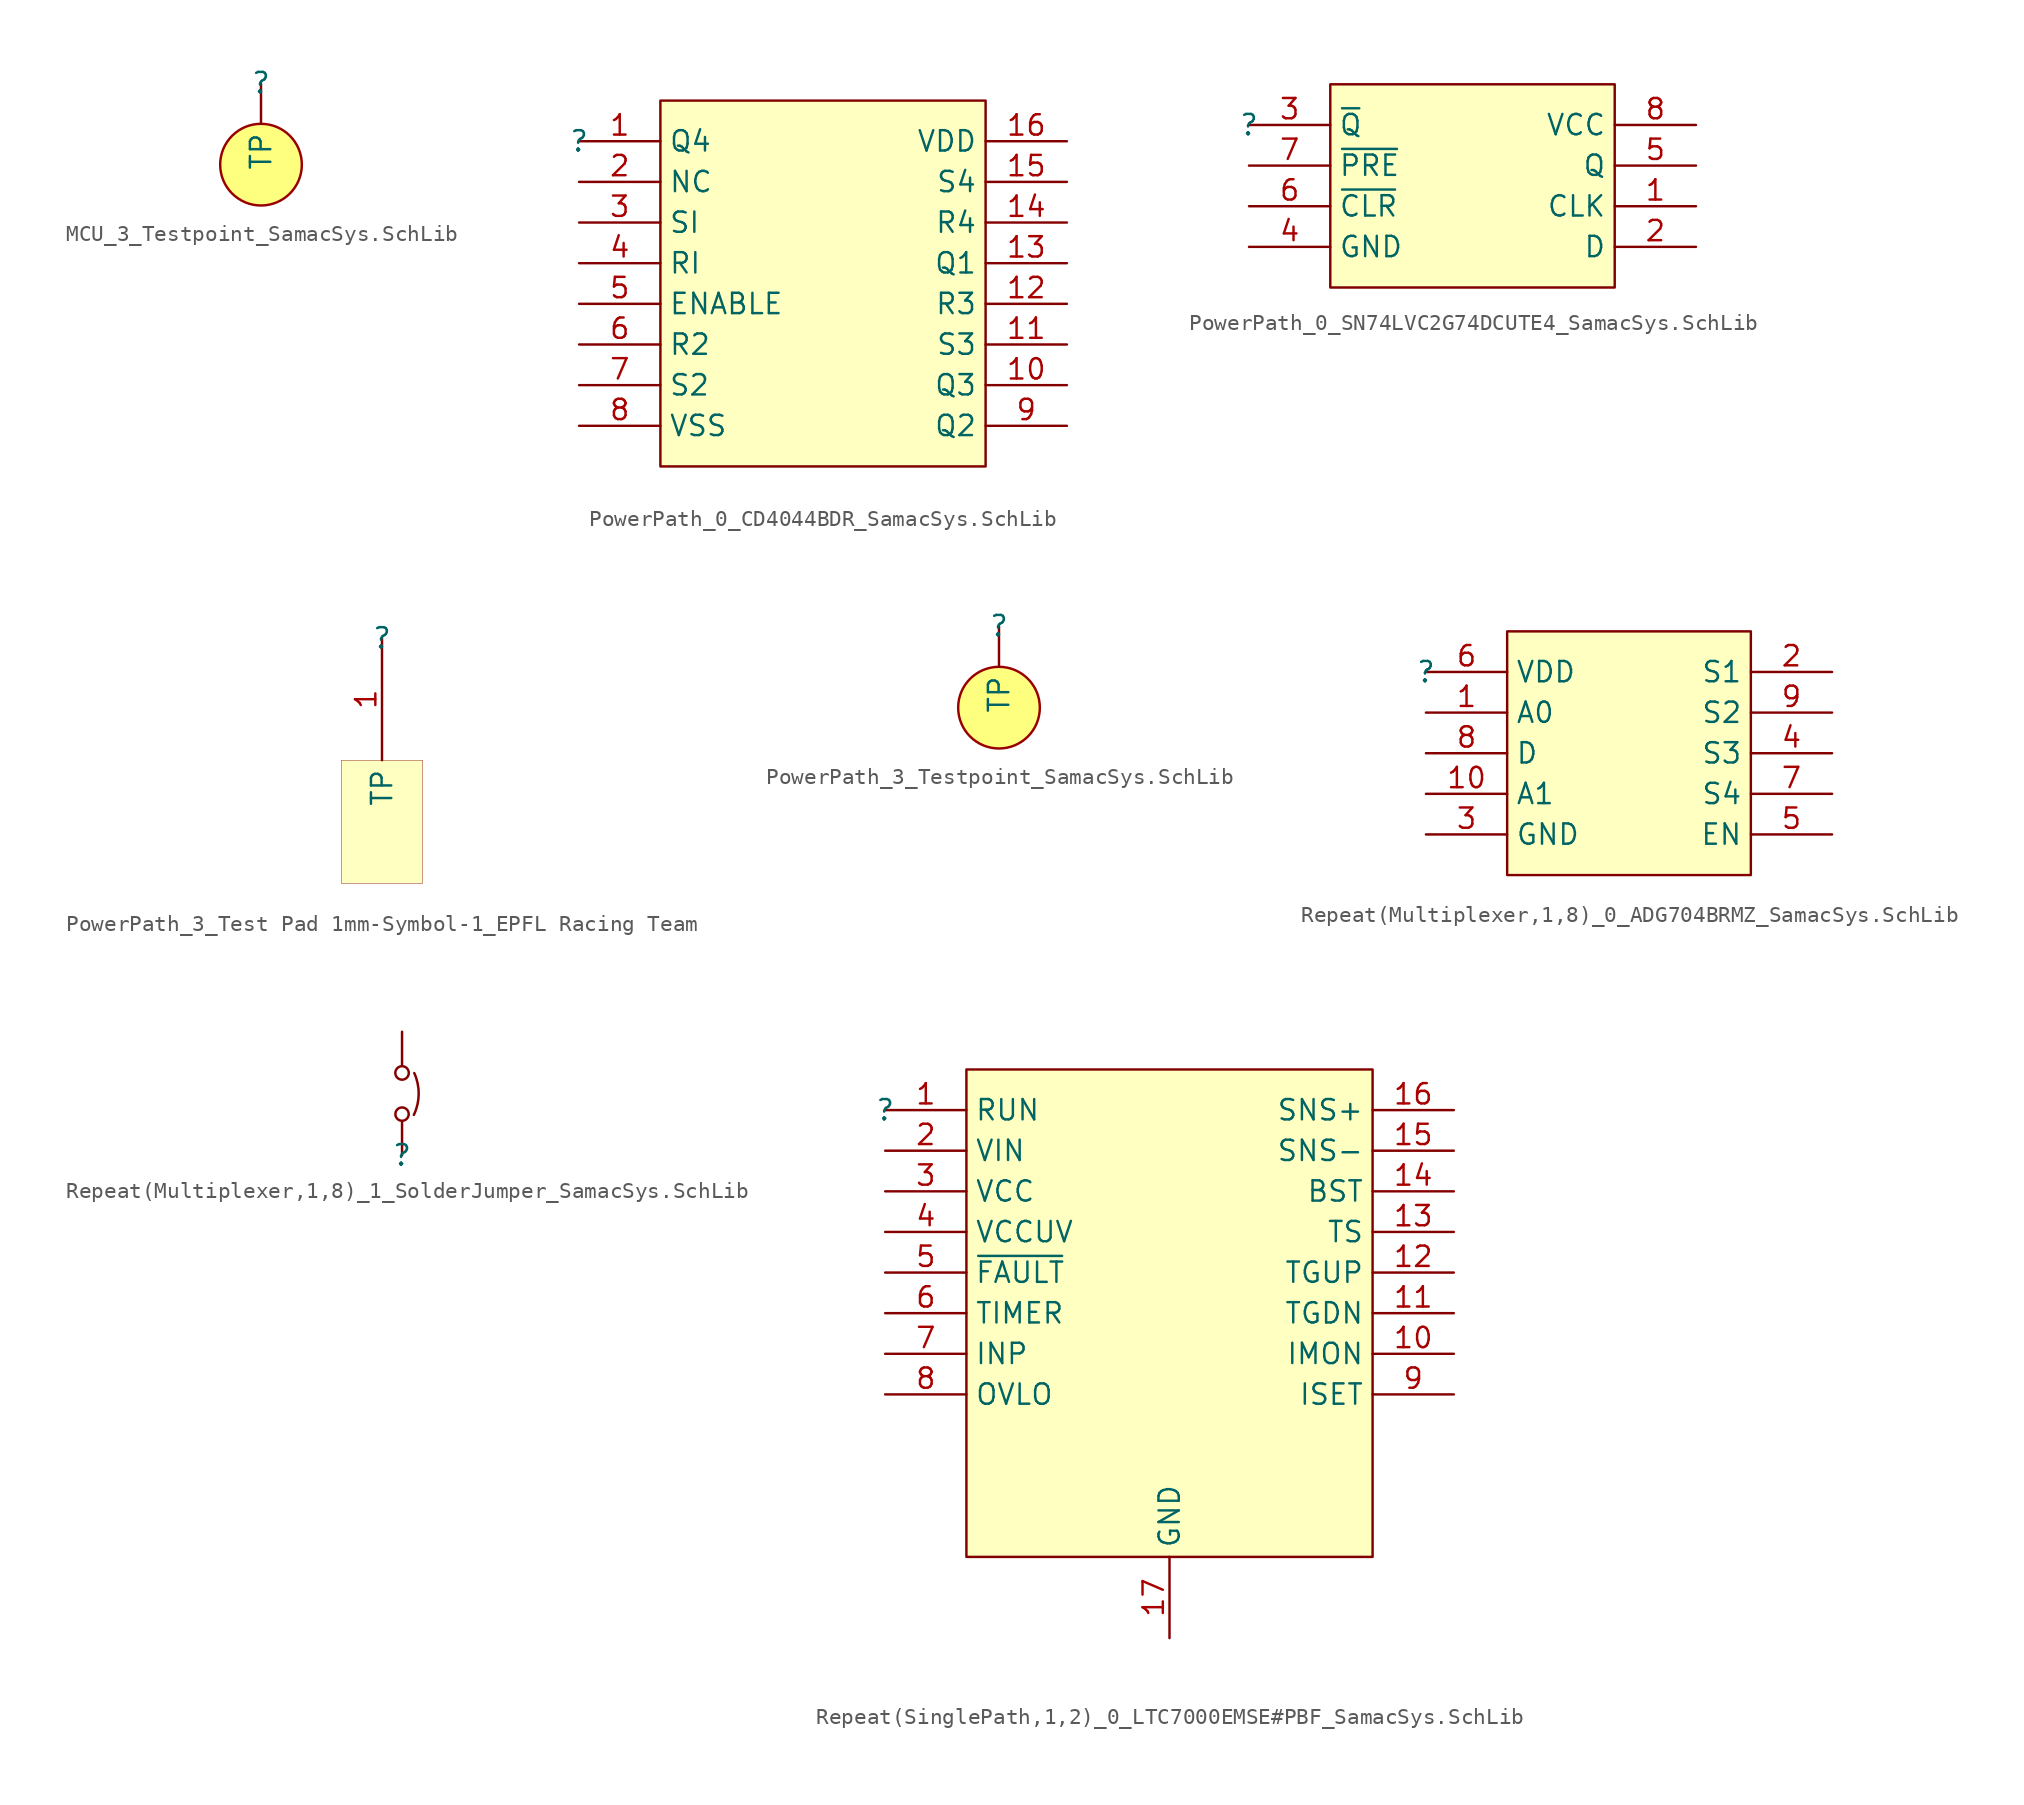
<source format=kicad_sym>
(kicad_symbol_lib
  (version 20241209)
  (generator "kicad_symbol_editor")
  (generator_version "9.0")
  (symbol "MCU_3_Testpoint_SamacSys.SchLib"
    (pin_numbers
      (hide yes))
    (property "Reference" ""
      (at 0 0 0)
      (effects (font (size 1.27 1.27))))
    (property "Value" ""
      (at 0 0 0)
      (effects (font (size 1.27 1.27))))
    (symbol "MCU_3_Testpoint_SamacSys.SchLib_1_0"
      (circle (center 0 -5.08) (radius 2.54) (stroke (width 0) (type solid) (color 152 0 0 1)) (fill (type color) (color 255 255 0 0.5)))
      (pin passive line (at 0 0 270) (length 2.54) (name "TP" (effects (font (size 1.27 1.27)))) (number "1" (effects (font (size 1.27 1.27)))))))
  (symbol "PowerPath_0_CD4044BDR_SamacSys.SchLib"
    (property "Reference" ""
      (at 0 0 0)
      (effects (font (size 1.27 1.27))))
    (property "Value" ""
      (at 0 0 0)
      (effects (font (size 1.27 1.27))))
    (symbol "PowerPath_0_CD4044BDR_SamacSys.SchLib_1_0"
      (rectangle (start 25.4 2.54) (end 5.08 -20.32) (stroke (width 0) (type solid) (color 128 0 0 1)) (fill (type background)))
      (pin passive line (at 0 0 0) (length 5.08) (name "Q4" (effects (font (size 1.27 1.27)))) (number "1" (effects (font (size 1.27 1.27)))))
      (pin passive line (at 0 -2.54 0) (length 5.08) (name "NC" (effects (font (size 1.27 1.27)))) (number "2" (effects (font (size 1.27 1.27)))))
      (pin passive line (at 0 -5.08 0) (length 5.08) (name "SI" (effects (font (size 1.27 1.27)))) (number "3" (effects (font (size 1.27 1.27)))))
      (pin passive line (at 0 -7.62 0) (length 5.08) (name "RI" (effects (font (size 1.27 1.27)))) (number "4" (effects (font (size 1.27 1.27)))))
      (pin passive line (at 0 -10.16 0) (length 5.08) (name "ENABLE" (effects (font (size 1.27 1.27)))) (number "5" (effects (font (size 1.27 1.27)))))
      (pin passive line (at 0 -12.7 0) (length 5.08) (name "R2" (effects (font (size 1.27 1.27)))) (number "6" (effects (font (size 1.27 1.27)))))
      (pin passive line (at 0 -15.24 0) (length 5.08) (name "S2" (effects (font (size 1.27 1.27)))) (number "7" (effects (font (size 1.27 1.27)))))
      (pin passive line (at 0 -17.78 0) (length 5.08) (name "VSS" (effects (font (size 1.27 1.27)))) (number "8" (effects (font (size 1.27 1.27)))))
      (pin passive line (at 30.48 0 180) (length 5.08) (name "VDD" (effects (font (size 1.27 1.27)))) (number "16" (effects (font (size 1.27 1.27)))))
      (pin passive line (at 30.48 -2.54 180) (length 5.08) (name "S4" (effects (font (size 1.27 1.27)))) (number "15" (effects (font (size 1.27 1.27)))))
      (pin passive line (at 30.48 -5.08 180) (length 5.08) (name "R4" (effects (font (size 1.27 1.27)))) (number "14" (effects (font (size 1.27 1.27)))))
      (pin passive line (at 30.48 -7.62 180) (length 5.08) (name "Q1" (effects (font (size 1.27 1.27)))) (number "13" (effects (font (size 1.27 1.27)))))
      (pin passive line (at 30.48 -10.16 180) (length 5.08) (name "R3" (effects (font (size 1.27 1.27)))) (number "12" (effects (font (size 1.27 1.27)))))
      (pin passive line (at 30.48 -12.7 180) (length 5.08) (name "S3" (effects (font (size 1.27 1.27)))) (number "11" (effects (font (size 1.27 1.27)))))
      (pin passive line (at 30.48 -15.24 180) (length 5.08) (name "Q3" (effects (font (size 1.27 1.27)))) (number "10" (effects (font (size 1.27 1.27)))))
      (pin passive line (at 30.48 -17.78 180) (length 5.08) (name "Q2" (effects (font (size 1.27 1.27)))) (number "9" (effects (font (size 1.27 1.27)))))))
  (symbol "PowerPath_0_SN74LVC2G74DCUTE4_SamacSys.SchLib"
    (property "Reference" ""
      (at 0 0 0)
      (effects (font (size 1.27 1.27))))
    (property "Value" ""
      (at 0 0 0)
      (effects (font (size 1.27 1.27))))
    (symbol "PowerPath_0_SN74LVC2G74DCUTE4_SamacSys.SchLib_1_0"
      (rectangle (start 22.86 2.54) (end 5.08 -10.16) (stroke (width 0) (type solid) (color 128 0 0 1)) (fill (type background)))
      (pin passive line (at 0 0 0) (length 5.08) (name "~{Q}" (effects (font (size 1.27 1.27)))) (number "3" (effects (font (size 1.27 1.27)))))
      (pin passive line (at 0 -2.54 0) (length 5.08) (name "~{PRE}" (effects (font (size 1.27 1.27)))) (number "7" (effects (font (size 1.27 1.27)))))
      (pin passive line (at 0 -5.08 0) (length 5.08) (name "~{CLR}" (effects (font (size 1.27 1.27)))) (number "6" (effects (font (size 1.27 1.27)))))
      (pin passive line (at 0 -7.62 0) (length 5.08) (name "GND" (effects (font (size 1.27 1.27)))) (number "4" (effects (font (size 1.27 1.27)))))
      (pin passive line (at 27.94 0 180) (length 5.08) (name "VCC" (effects (font (size 1.27 1.27)))) (number "8" (effects (font (size 1.27 1.27)))))
      (pin passive line (at 27.94 -2.54 180) (length 5.08) (name "Q" (effects (font (size 1.27 1.27)))) (number "5" (effects (font (size 1.27 1.27)))))
      (pin passive line (at 27.94 -5.08 180) (length 5.08) (name "CLK" (effects (font (size 1.27 1.27)))) (number "1" (effects (font (size 1.27 1.27)))))
      (pin passive line (at 27.94 -7.62 180) (length 5.08) (name "D" (effects (font (size 1.27 1.27)))) (number "2" (effects (font (size 1.27 1.27)))))))
  (symbol "PowerPath_3_Test Pad 1mm-Symbol-1_EPFL Racing Team"
    (property "Reference" ""
      (at 0 0 0)
      (effects (font (size 1.27 1.27))))
    (property "Value" ""
      (at 0 0 0)
      (effects (font (size 1.27 1.27))))
    (symbol "PowerPath_3_Test Pad 1mm-Symbol-1_EPFL Racing Team_1_0"
      (rectangle (start 2.54 -7.62) (end -2.54 -15.316) (stroke (width 0.025) (type solid) (color 128 0 0 1)) (fill (type background)))
      (pin passive line (at 0 0 270) (length 7.62) (name "TP" (effects (font (size 1.27 1.27)))) (number "1" (effects (font (size 1.27 1.27)))))))
  (symbol "PowerPath_3_Testpoint_SamacSys.SchLib"
    (pin_numbers
      (hide yes))
    (property "Reference" ""
      (at 0 0 0)
      (effects (font (size 1.27 1.27))))
    (property "Value" ""
      (at 0 0 0)
      (effects (font (size 1.27 1.27))))
    (symbol "PowerPath_3_Testpoint_SamacSys.SchLib_1_0"
      (circle (center 0 -5.08) (radius 2.54) (stroke (width 0) (type solid) (color 152 0 0 1)) (fill (type color) (color 255 255 0 0.5)))
      (pin passive line (at 0 0 270) (length 2.54) (name "TP" (effects (font (size 1.27 1.27)))) (number "1" (effects (font (size 1.27 1.27)))))))
  (symbol "Repeat(Multiplexer,1,8)_0_ADG704BRMZ_SamacSys.SchLib"
    (property "Reference" ""
      (at 0 0 0)
      (effects (font (size 1.27 1.27))))
    (property "Value" ""
      (at 0 0 0)
      (effects (font (size 1.27 1.27))))
    (symbol "Repeat(Multiplexer,1,8)_0_ADG704BRMZ_SamacSys.SchLib_1_0"
      (rectangle (start 20.32 2.54) (end 5.08 -12.7) (stroke (width 0) (type solid) (color 128 0 0 1)) (fill (type background)))
      (pin passive line (at 0 0 0) (length 5.08) (name "VDD" (effects (font (size 1.27 1.27)))) (number "6" (effects (font (size 1.27 1.27)))))
      (pin passive line (at 0 -2.54 0) (length 5.08) (name "A0" (effects (font (size 1.27 1.27)))) (number "1" (effects (font (size 1.27 1.27)))))
      (pin passive line (at 0 -5.08 0) (length 5.08) (name "D" (effects (font (size 1.27 1.27)))) (number "8" (effects (font (size 1.27 1.27)))))
      (pin passive line (at 0 -7.62 0) (length 5.08) (name "A1" (effects (font (size 1.27 1.27)))) (number "10" (effects (font (size 1.27 1.27)))))
      (pin passive line (at 0 -10.16 0) (length 5.08) (name "GND" (effects (font (size 1.27 1.27)))) (number "3" (effects (font (size 1.27 1.27)))))
      (pin passive line (at 25.4 0 180) (length 5.08) (name "S1" (effects (font (size 1.27 1.27)))) (number "2" (effects (font (size 1.27 1.27)))))
      (pin passive line (at 25.4 -2.54 180) (length 5.08) (name "S2" (effects (font (size 1.27 1.27)))) (number "9" (effects (font (size 1.27 1.27)))))
      (pin passive line (at 25.4 -5.08 180) (length 5.08) (name "S3" (effects (font (size 1.27 1.27)))) (number "4" (effects (font (size 1.27 1.27)))))
      (pin passive line (at 25.4 -7.62 180) (length 5.08) (name "S4" (effects (font (size 1.27 1.27)))) (number "7" (effects (font (size 1.27 1.27)))))
      (pin passive line (at 25.4 -10.16 180) (length 5.08) (name "EN" (effects (font (size 1.27 1.27)))) (number "5" (effects (font (size 1.27 1.27)))))))
  (symbol "Repeat(Multiplexer,1,8)_1_SolderJumper_SamacSys.SchLib"
    (pin_numbers
      (hide yes))
    (pin_names
      (hide yes))
    (property "Reference" ""
      (at 0 0 0)
      (effects (font (size 1.27 1.27))))
    (property "Value" ""
      (at 0 0 0)
      (effects (font (size 1.27 1.27))))
    (symbol "Repeat(Multiplexer,1,8)_1_SolderJumper_SamacSys.SchLib_1_0"
      (arc (start 0.7544 5.0724) (mid 1.0269 3.7782) (end 0.7275 2.49) (stroke (width 0) (type solid)) (fill (type none)))
      (circle (center 0 5.08) (radius 0.416) (stroke (width 0) (type solid)) (fill (type none)))
      (circle (center 0 2.54) (radius 0.411) (stroke (width 0) (type solid)) (fill (type none)))
      (pin passive line (at 0 7.62 270) (length 2.032) (name "2" (effects (font (size 1.27 1.27)))) (number "2" (effects (font (size 1.27 1.27)))))
      (pin passive line (at 0 0 90) (length 2.032) (name "1" (effects (font (size 1.27 1.27)))) (number "1" (effects (font (size 1.27 1.27)))))))
  (symbol "Repeat(SinglePath,1,2)_0_LTC7000EMSE#PBF_SamacSys.SchLib"
    (property "Reference" ""
      (at 0 0 0)
      (effects (font (size 1.27 1.27))))
    (property "Value" ""
      (at 0 0 0)
      (effects (font (size 1.27 1.27))))
    (symbol "Repeat(SinglePath,1,2)_0_LTC7000EMSE#PBF_SamacSys.SchLib_1_0"
      (rectangle (start 30.48 2.54) (end 5.08 -27.94) (stroke (width 0) (type solid) (color 128 0 0 1)) (fill (type background)))
      (pin passive line (at 0 0 0) (length 5.08) (name "RUN" (effects (font (size 1.27 1.27)))) (number "1" (effects (font (size 1.27 1.27)))))
      (pin passive line (at 0 -2.54 0) (length 5.08) (name "VIN" (effects (font (size 1.27 1.27)))) (number "2" (effects (font (size 1.27 1.27)))))
      (pin passive line (at 0 -5.08 0) (length 5.08) (name "VCC" (effects (font (size 1.27 1.27)))) (number "3" (effects (font (size 1.27 1.27)))))
      (pin passive line (at 0 -7.62 0) (length 5.08) (name "VCCUV" (effects (font (size 1.27 1.27)))) (number "4" (effects (font (size 1.27 1.27)))))
      (pin passive line (at 0 -10.16 0) (length 5.08) (name "~{FAULT}" (effects (font (size 1.27 1.27)))) (number "5" (effects (font (size 1.27 1.27)))))
      (pin passive line (at 0 -12.7 0) (length 5.08) (name "TIMER" (effects (font (size 1.27 1.27)))) (number "6" (effects (font (size 1.27 1.27)))))
      (pin passive line (at 0 -15.24 0) (length 5.08) (name "INP" (effects (font (size 1.27 1.27)))) (number "7" (effects (font (size 1.27 1.27)))))
      (pin passive line (at 0 -17.78 0) (length 5.08) (name "OVLO" (effects (font (size 1.27 1.27)))) (number "8" (effects (font (size 1.27 1.27)))))
      (pin passive line (at 17.78 -33.02 90) (length 5.08) (name "GND" (effects (font (size 1.27 1.27)))) (number "17" (effects (font (size 1.27 1.27)))))
      (pin passive line (at 35.56 0 180) (length 5.08) (name "SNS+" (effects (font (size 1.27 1.27)))) (number "16" (effects (font (size 1.27 1.27)))))
      (pin passive line (at 35.56 -2.54 180) (length 5.08) (name "SNS-" (effects (font (size 1.27 1.27)))) (number "15" (effects (font (size 1.27 1.27)))))
      (pin passive line (at 35.56 -5.08 180) (length 5.08) (name "BST" (effects (font (size 1.27 1.27)))) (number "14" (effects (font (size 1.27 1.27)))))
      (pin passive line (at 35.56 -7.62 180) (length 5.08) (name "TS" (effects (font (size 1.27 1.27)))) (number "13" (effects (font (size 1.27 1.27)))))
      (pin passive line (at 35.56 -10.16 180) (length 5.08) (name "TGUP" (effects (font (size 1.27 1.27)))) (number "12" (effects (font (size 1.27 1.27)))))
      (pin passive line (at 35.56 -12.7 180) (length 5.08) (name "TGDN" (effects (font (size 1.27 1.27)))) (number "11" (effects (font (size 1.27 1.27)))))
      (pin passive line (at 35.56 -15.24 180) (length 5.08) (name "IMON" (effects (font (size 1.27 1.27)))) (number "10" (effects (font (size 1.27 1.27)))))
      (pin passive line (at 35.56 -17.78 180) (length 5.08) (name "ISET" (effects (font (size 1.27 1.27)))) (number "9" (effects (font (size 1.27 1.27))))))))
</source>
